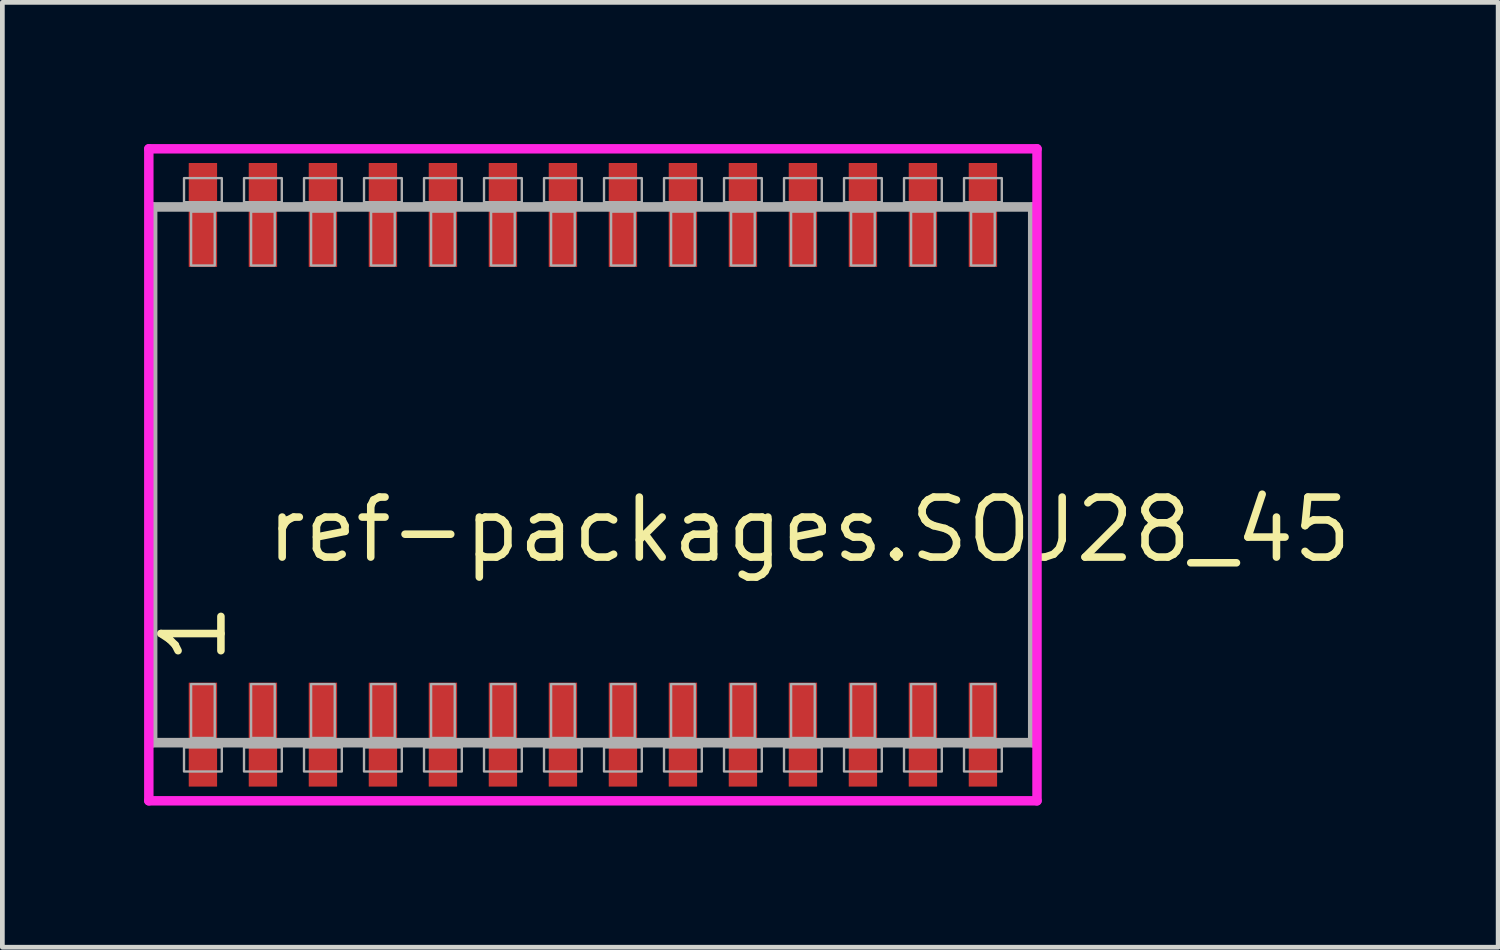
<source format=kicad_pcb>
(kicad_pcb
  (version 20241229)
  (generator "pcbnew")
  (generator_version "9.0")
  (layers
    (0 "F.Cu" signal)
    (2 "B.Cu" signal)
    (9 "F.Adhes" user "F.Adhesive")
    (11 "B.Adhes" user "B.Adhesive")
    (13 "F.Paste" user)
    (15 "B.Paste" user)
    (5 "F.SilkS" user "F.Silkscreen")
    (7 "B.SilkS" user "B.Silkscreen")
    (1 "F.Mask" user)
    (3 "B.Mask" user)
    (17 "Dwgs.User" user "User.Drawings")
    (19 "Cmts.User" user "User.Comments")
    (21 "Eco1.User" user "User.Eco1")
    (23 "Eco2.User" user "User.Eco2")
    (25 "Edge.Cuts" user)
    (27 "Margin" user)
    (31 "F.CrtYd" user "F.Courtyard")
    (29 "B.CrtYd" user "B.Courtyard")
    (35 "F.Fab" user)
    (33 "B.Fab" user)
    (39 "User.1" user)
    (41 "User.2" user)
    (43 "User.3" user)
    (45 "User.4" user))
  (footprint "ref-packages.SOJ28_45"
    (layer "F.Cu")
    (at 9.5 7)
    (property "Reference" "ref-packages.SOJ28_45" (at -6.985 1.905 0) (layer "F.SilkS") (effects (font (size 1.27 1.27) (thickness 0.16)) (justify left bottom)))
    (attr smd)
    (fp_line (start -9.4 -6.9) (end 9.4 -6.9) (stroke (width 0.2) (type default)) (layer "F.CrtYd"))
    (fp_line (start -9.4 6.9) (end -9.4 -6.9) (stroke (width 0.2) (type default)) (layer "F.CrtYd"))
    (fp_line (start 9.4 -6.9) (end 9.4 6.9) (stroke (width 0.2) (type default)) (layer "F.CrtYd"))
    (fp_line (start 9.4 6.9) (end -9.4 6.9) (stroke (width 0.2) (type default)) (layer "F.CrtYd"))
    (fp_line (start -9.32 -5.67) (end 9.31 -5.67) (stroke (width 0.203) (type default)) (layer "F.Fab"))
    (fp_line (start -9.32 5.67) (end -9.32 -5.67) (stroke (width 0.203) (type default)) (layer "F.Fab"))
    (fp_line (start 9.31 -5.67) (end 9.31 5.67) (stroke (width 0.203) (type default)) (layer "F.Fab"))
    (fp_line (start 9.31 5.67) (end -9.32 5.67) (stroke (width 0.203) (type default)) (layer "F.Fab"))
    (fp_rect (start -8.655 -5.77) (end -7.855 -6.28) (stroke (width 0.05) (type default)) (fill no) (layer "F.Fab"))
    (fp_rect (start -8.655 6.28) (end -7.855 5.77) (stroke (width 0.05) (type default)) (fill no) (layer "F.Fab"))
    (fp_rect (start -8.505 -4.43) (end -8.005 -5.57) (stroke (width 0.05) (type default)) (fill no) (layer "F.Fab"))
    (fp_rect (start -8.505 5.57) (end -8.005 4.43) (stroke (width 0.05) (type default)) (fill no) (layer "F.Fab"))
    (fp_rect (start -7.385 -5.77) (end -6.585 -6.28) (stroke (width 0.05) (type default)) (fill no) (layer "F.Fab"))
    (fp_rect (start -7.385 6.28) (end -6.585 5.77) (stroke (width 0.05) (type default)) (fill no) (layer "F.Fab"))
    (fp_rect (start -7.235 -4.43) (end -6.735 -5.57) (stroke (width 0.05) (type default)) (fill no) (layer "F.Fab"))
    (fp_rect (start -7.235 5.57) (end -6.735 4.43) (stroke (width 0.05) (type default)) (fill no) (layer "F.Fab"))
    (fp_rect (start -6.115 -5.77) (end -5.315 -6.28) (stroke (width 0.05) (type default)) (fill no) (layer "F.Fab"))
    (fp_rect (start -6.115 6.28) (end -5.315 5.77) (stroke (width 0.05) (type default)) (fill no) (layer "F.Fab"))
    (fp_rect (start -5.965 -4.43) (end -5.465 -5.57) (stroke (width 0.05) (type default)) (fill no) (layer "F.Fab"))
    (fp_rect (start -5.965 5.57) (end -5.465 4.43) (stroke (width 0.05) (type default)) (fill no) (layer "F.Fab"))
    (fp_rect (start -4.845 -5.77) (end -4.045 -6.28) (stroke (width 0.05) (type default)) (fill no) (layer "F.Fab"))
    (fp_rect (start -4.845 6.28) (end -4.045 5.77) (stroke (width 0.05) (type default)) (fill no) (layer "F.Fab"))
    (fp_rect (start -4.695 -4.43) (end -4.195 -5.57) (stroke (width 0.05) (type default)) (fill no) (layer "F.Fab"))
    (fp_rect (start -4.695 5.57) (end -4.195 4.43) (stroke (width 0.05) (type default)) (fill no) (layer "F.Fab"))
    (fp_rect (start -3.575 -5.77) (end -2.775 -6.28) (stroke (width 0.05) (type default)) (fill no) (layer "F.Fab"))
    (fp_rect (start -3.575 6.28) (end -2.775 5.77) (stroke (width 0.05) (type default)) (fill no) (layer "F.Fab"))
    (fp_rect (start -3.425 -4.43) (end -2.925 -5.57) (stroke (width 0.05) (type default)) (fill no) (layer "F.Fab"))
    (fp_rect (start -3.425 5.57) (end -2.925 4.43) (stroke (width 0.05) (type default)) (fill no) (layer "F.Fab"))
    (fp_rect (start -2.305 -5.77) (end -1.505 -6.28) (stroke (width 0.05) (type default)) (fill no) (layer "F.Fab"))
    (fp_rect (start -2.305 6.28) (end -1.505 5.77) (stroke (width 0.05) (type default)) (fill no) (layer "F.Fab"))
    (fp_rect (start -2.155 -4.43) (end -1.655 -5.57) (stroke (width 0.05) (type default)) (fill no) (layer "F.Fab"))
    (fp_rect (start -2.155 5.57) (end -1.655 4.43) (stroke (width 0.05) (type default)) (fill no) (layer "F.Fab"))
    (fp_rect (start -1.035 -5.77) (end -0.235 -6.28) (stroke (width 0.05) (type default)) (fill no) (layer "F.Fab"))
    (fp_rect (start -1.035 6.28) (end -0.235 5.77) (stroke (width 0.05) (type default)) (fill no) (layer "F.Fab"))
    (fp_rect (start -0.885 -4.43) (end -0.385 -5.57) (stroke (width 0.05) (type default)) (fill no) (layer "F.Fab"))
    (fp_rect (start -0.885 5.57) (end -0.385 4.43) (stroke (width 0.05) (type default)) (fill no) (layer "F.Fab"))
    (fp_rect (start 0.235 -5.77) (end 1.035 -6.28) (stroke (width 0.05) (type default)) (fill no) (layer "F.Fab"))
    (fp_rect (start 0.235 6.28) (end 1.035 5.77) (stroke (width 0.05) (type default)) (fill no) (layer "F.Fab"))
    (fp_rect (start 0.385 -4.43) (end 0.885 -5.57) (stroke (width 0.05) (type default)) (fill no) (layer "F.Fab"))
    (fp_rect (start 0.385 5.57) (end 0.885 4.43) (stroke (width 0.05) (type default)) (fill no) (layer "F.Fab"))
    (fp_rect (start 1.505 -5.77) (end 2.305 -6.28) (stroke (width 0.05) (type default)) (fill no) (layer "F.Fab"))
    (fp_rect (start 1.505 6.28) (end 2.305 5.77) (stroke (width 0.05) (type default)) (fill no) (layer "F.Fab"))
    (fp_rect (start 1.655 -4.43) (end 2.155 -5.57) (stroke (width 0.05) (type default)) (fill no) (layer "F.Fab"))
    (fp_rect (start 1.655 5.57) (end 2.155 4.43) (stroke (width 0.05) (type default)) (fill no) (layer "F.Fab"))
    (fp_rect (start 2.775 -5.77) (end 3.575 -6.28) (stroke (width 0.05) (type default)) (fill no) (layer "F.Fab"))
    (fp_rect (start 2.775 6.28) (end 3.575 5.77) (stroke (width 0.05) (type default)) (fill no) (layer "F.Fab"))
    (fp_rect (start 2.925 -4.43) (end 3.425 -5.57) (stroke (width 0.05) (type default)) (fill no) (layer "F.Fab"))
    (fp_rect (start 2.925 5.57) (end 3.425 4.43) (stroke (width 0.05) (type default)) (fill no) (layer "F.Fab"))
    (fp_rect (start 4.045 -5.77) (end 4.845 -6.28) (stroke (width 0.05) (type default)) (fill no) (layer "F.Fab"))
    (fp_rect (start 4.045 6.28) (end 4.845 5.77) (stroke (width 0.05) (type default)) (fill no) (layer "F.Fab"))
    (fp_rect (start 4.195 -4.43) (end 4.695 -5.57) (stroke (width 0.05) (type default)) (fill no) (layer "F.Fab"))
    (fp_rect (start 4.195 5.57) (end 4.695 4.43) (stroke (width 0.05) (type default)) (fill no) (layer "F.Fab"))
    (fp_rect (start 5.315 -5.77) (end 6.115 -6.28) (stroke (width 0.05) (type default)) (fill no) (layer "F.Fab"))
    (fp_rect (start 5.315 6.28) (end 6.115 5.77) (stroke (width 0.05) (type default)) (fill no) (layer "F.Fab"))
    (fp_rect (start 5.465 -4.43) (end 5.965 -5.57) (stroke (width 0.05) (type default)) (fill no) (layer "F.Fab"))
    (fp_rect (start 5.465 5.57) (end 5.965 4.43) (stroke (width 0.05) (type default)) (fill no) (layer "F.Fab"))
    (fp_rect (start 6.585 -5.77) (end 7.385 -6.28) (stroke (width 0.05) (type default)) (fill no) (layer "F.Fab"))
    (fp_rect (start 6.585 6.28) (end 7.385 5.77) (stroke (width 0.05) (type default)) (fill no) (layer "F.Fab"))
    (fp_rect (start 6.735 -4.43) (end 7.235 -5.57) (stroke (width 0.05) (type default)) (fill no) (layer "F.Fab"))
    (fp_rect (start 6.735 5.57) (end 7.235 4.43) (stroke (width 0.05) (type default)) (fill no) (layer "F.Fab"))
    (fp_rect (start 7.855 -5.77) (end 8.655 -6.28) (stroke (width 0.05) (type default)) (fill no) (layer "F.Fab"))
    (fp_rect (start 7.855 6.28) (end 8.655 5.77) (stroke (width 0.05) (type default)) (fill no) (layer "F.Fab"))
    (fp_rect (start 8.005 -4.43) (end 8.505 -5.57) (stroke (width 0.05) (type default)) (fill no) (layer "F.Fab"))
    (fp_rect (start 8.005 5.57) (end 8.505 4.43) (stroke (width 0.05) (type default)) (fill no) (layer "F.Fab"))
    (fp_text user "1" (at -7.71 4.07 90) (layer "F.SilkS") (effects (font (size 1.27 1.27) (thickness 0.16)) (justify left bottom)))
    (pad "1" smd roundrect (at -8.255 5.5) (size 0.6 2.2) (layers "F.Cu" "F.Mask" "F.Paste") (roundrect_rratio 0.01))
    (pad "2" smd roundrect (at -6.985 5.5) (size 0.6 2.2) (layers "F.Cu" "F.Mask" "F.Paste") (roundrect_rratio 0.01))
    (pad "3" smd roundrect (at -5.715 5.5) (size 0.6 2.2) (layers "F.Cu" "F.Mask" "F.Paste") (roundrect_rratio 0.01))
    (pad "4" smd roundrect (at -4.445 5.5) (size 0.6 2.2) (layers "F.Cu" "F.Mask" "F.Paste") (roundrect_rratio 0.01))
    (pad "5" smd roundrect (at -3.175 5.5) (size 0.6 2.2) (layers "F.Cu" "F.Mask" "F.Paste") (roundrect_rratio 0.01))
    (pad "6" smd roundrect (at -1.905 5.5) (size 0.6 2.2) (layers "F.Cu" "F.Mask" "F.Paste") (roundrect_rratio 0.01))
    (pad "7" smd roundrect (at -0.635 5.5) (size 0.6 2.2) (layers "F.Cu" "F.Mask" "F.Paste") (roundrect_rratio 0.01))
    (pad "8" smd roundrect (at 0.635 5.5) (size 0.6 2.2) (layers "F.Cu" "F.Mask" "F.Paste") (roundrect_rratio 0.01))
    (pad "9" smd roundrect (at 1.905 5.5) (size 0.6 2.2) (layers "F.Cu" "F.Mask" "F.Paste") (roundrect_rratio 0.01))
    (pad "10" smd roundrect (at 3.175 5.5) (size 0.6 2.2) (layers "F.Cu" "F.Mask" "F.Paste") (roundrect_rratio 0.01))
    (pad "11" smd roundrect (at 4.445 5.5) (size 0.6 2.2) (layers "F.Cu" "F.Mask" "F.Paste") (roundrect_rratio 0.01))
    (pad "12" smd roundrect (at 5.715 5.5) (size 0.6 2.2) (layers "F.Cu" "F.Mask" "F.Paste") (roundrect_rratio 0.01))
    (pad "13" smd roundrect (at 6.985 5.5) (size 0.6 2.2) (layers "F.Cu" "F.Mask" "F.Paste") (roundrect_rratio 0.01))
    (pad "14" smd roundrect (at 8.255 5.5) (size 0.6 2.2) (layers "F.Cu" "F.Mask" "F.Paste") (roundrect_rratio 0.01))
    (pad "15" smd roundrect (at 8.255 -5.5) (size 0.6 2.2) (layers "F.Cu" "F.Mask" "F.Paste") (roundrect_rratio 0.01))
    (pad "16" smd roundrect (at 6.985 -5.5) (size 0.6 2.2) (layers "F.Cu" "F.Mask" "F.Paste") (roundrect_rratio 0.01))
    (pad "17" smd roundrect (at 5.715 -5.5) (size 0.6 2.2) (layers "F.Cu" "F.Mask" "F.Paste") (roundrect_rratio 0.01))
    (pad "18" smd roundrect (at 4.445 -5.5) (size 0.6 2.2) (layers "F.Cu" "F.Mask" "F.Paste") (roundrect_rratio 0.01))
    (pad "19" smd roundrect (at 3.175 -5.5) (size 0.6 2.2) (layers "F.Cu" "F.Mask" "F.Paste") (roundrect_rratio 0.01))
    (pad "20" smd roundrect (at 1.905 -5.5) (size 0.6 2.2) (layers "F.Cu" "F.Mask" "F.Paste") (roundrect_rratio 0.01))
    (pad "21" smd roundrect (at 0.635 -5.5) (size 0.6 2.2) (layers "F.Cu" "F.Mask" "F.Paste") (roundrect_rratio 0.01))
    (pad "22" smd roundrect (at -0.635 -5.5) (size 0.6 2.2) (layers "F.Cu" "F.Mask" "F.Paste") (roundrect_rratio 0.01))
    (pad "23" smd roundrect (at -1.905 -5.5) (size 0.6 2.2) (layers "F.Cu" "F.Mask" "F.Paste") (roundrect_rratio 0.01))
    (pad "24" smd roundrect (at -3.175 -5.5) (size 0.6 2.2) (layers "F.Cu" "F.Mask" "F.Paste") (roundrect_rratio 0.01))
    (pad "25" smd roundrect (at -4.445 -5.5) (size 0.6 2.2) (layers "F.Cu" "F.Mask" "F.Paste") (roundrect_rratio 0.01))
    (pad "26" smd roundrect (at -5.715 -5.5) (size 0.6 2.2) (layers "F.Cu" "F.Mask" "F.Paste") (roundrect_rratio 0.01))
    (pad "27" smd roundrect (at -6.985 -5.5) (size 0.6 2.2) (layers "F.Cu" "F.Mask" "F.Paste") (roundrect_rratio 0.01))
    (pad "28" smd roundrect (at -8.255 -5.5) (size 0.6 2.2) (layers "F.Cu" "F.Mask" "F.Paste") (roundrect_rratio 0.01)))
  (gr_rect
    (start -3 -3)
    (end 28.661 17)
    (stroke (width 0.1) (type default))
    (fill no)
    (layer "Edge.Cuts")))
</source>
